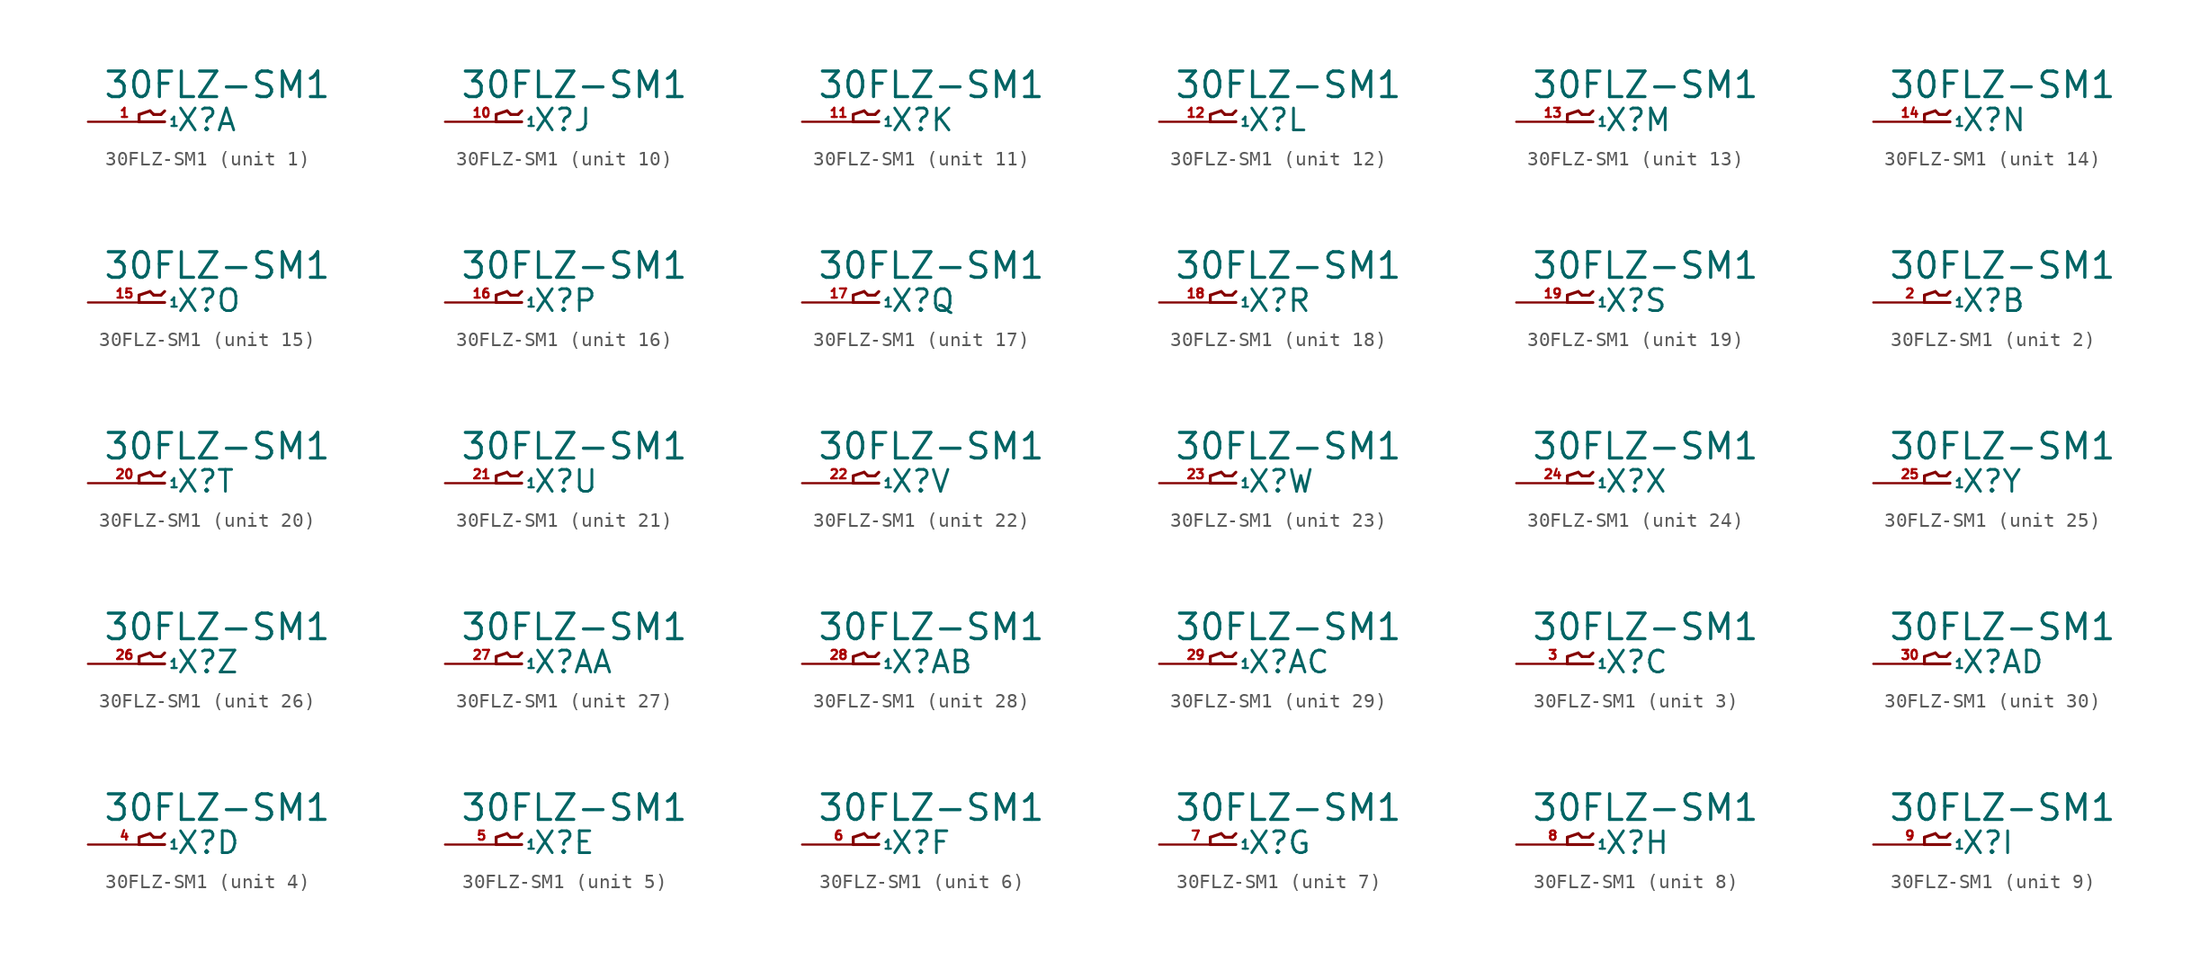
<source format=kicad_sym>
(kicad_symbol_lib
  (version 20220914)
  (generator Eagle2Kicad)
  (symbol "30FLZ-SM1"
    (property "Reference" "X"
      (at 1.016 -0.762 0)
      (effects (font (size 1.524 1.524) (thickness 0.19)) (justify left bottom)))
    (property "Value" "30FLZ-SM1"
      (at -4.064 1.524 0)
      (effects (font (size 1.778 1.778) (thickness 0.22)) (justify left bottom)))
    (symbol "30FLZ-SM1_1_0"
      (polyline (pts (xy 0.254 0) (xy -1.524 0)) (stroke (width 0.203) (type default)) (fill (type none)))
      (polyline (pts (xy -1.524 0) (xy -1.524 0.508)) (stroke (width 0.203) (type default)) (fill (type none)))
      (polyline (pts (xy -1.524 0.508) (xy -0.762 0.762)) (stroke (width 0.203) (type default)) (fill (type none)))
      (polyline (pts (xy -0.762 0.762) (xy -0.508 0.508)) (stroke (width 0.203) (type default)) (fill (type none)))
      (polyline (pts (xy -0.508 0.508) (xy 0 0.508)) (stroke (width 0.203) (type default)) (fill (type none)))
      (polyline (pts (xy 0 0.508) (xy 0.254 0.762)) (stroke (width 0.203) (type default)) (fill (type none)))
      (pin passive line (at -5.08 0 0) (length 5.08) (name "1" (effects (font (size 0.635 0.635) (thickness 0.08)) (justify left bottom))) (number "1" (effects (font (size 0.635 0.635) (thickness 0.08)) (justify left bottom)))))
    (symbol "30FLZ-SM1_2_0"
      (polyline (pts (xy 0.254 0) (xy -1.524 0)) (stroke (width 0.203) (type default)) (fill (type none)))
      (polyline (pts (xy -1.524 0) (xy -1.524 0.508)) (stroke (width 0.203) (type default)) (fill (type none)))
      (polyline (pts (xy -1.524 0.508) (xy -0.762 0.762)) (stroke (width 0.203) (type default)) (fill (type none)))
      (polyline (pts (xy -0.762 0.762) (xy -0.508 0.508)) (stroke (width 0.203) (type default)) (fill (type none)))
      (polyline (pts (xy -0.508 0.508) (xy 0 0.508)) (stroke (width 0.203) (type default)) (fill (type none)))
      (polyline (pts (xy 0 0.508) (xy 0.254 0.762)) (stroke (width 0.203) (type default)) (fill (type none)))
      (pin passive line (at -5.08 0 0) (length 5.08) (name "1" (effects (font (size 0.635 0.635) (thickness 0.08)) (justify left bottom))) (number "2" (effects (font (size 0.635 0.635) (thickness 0.08)) (justify left bottom)))))
    (symbol "30FLZ-SM1_3_0"
      (polyline (pts (xy 0.254 0) (xy -1.524 0)) (stroke (width 0.203) (type default)) (fill (type none)))
      (polyline (pts (xy -1.524 0) (xy -1.524 0.508)) (stroke (width 0.203) (type default)) (fill (type none)))
      (polyline (pts (xy -1.524 0.508) (xy -0.762 0.762)) (stroke (width 0.203) (type default)) (fill (type none)))
      (polyline (pts (xy -0.762 0.762) (xy -0.508 0.508)) (stroke (width 0.203) (type default)) (fill (type none)))
      (polyline (pts (xy -0.508 0.508) (xy 0 0.508)) (stroke (width 0.203) (type default)) (fill (type none)))
      (polyline (pts (xy 0 0.508) (xy 0.254 0.762)) (stroke (width 0.203) (type default)) (fill (type none)))
      (pin passive line (at -5.08 0 0) (length 5.08) (name "1" (effects (font (size 0.635 0.635) (thickness 0.08)) (justify left bottom))) (number "3" (effects (font (size 0.635 0.635) (thickness 0.08)) (justify left bottom)))))
    (symbol "30FLZ-SM1_4_0"
      (polyline (pts (xy 0.254 0) (xy -1.524 0)) (stroke (width 0.203) (type default)) (fill (type none)))
      (polyline (pts (xy -1.524 0) (xy -1.524 0.508)) (stroke (width 0.203) (type default)) (fill (type none)))
      (polyline (pts (xy -1.524 0.508) (xy -0.762 0.762)) (stroke (width 0.203) (type default)) (fill (type none)))
      (polyline (pts (xy -0.762 0.762) (xy -0.508 0.508)) (stroke (width 0.203) (type default)) (fill (type none)))
      (polyline (pts (xy -0.508 0.508) (xy 0 0.508)) (stroke (width 0.203) (type default)) (fill (type none)))
      (polyline (pts (xy 0 0.508) (xy 0.254 0.762)) (stroke (width 0.203) (type default)) (fill (type none)))
      (pin passive line (at -5.08 0 0) (length 5.08) (name "1" (effects (font (size 0.635 0.635) (thickness 0.08)) (justify left bottom))) (number "4" (effects (font (size 0.635 0.635) (thickness 0.08)) (justify left bottom)))))
    (symbol "30FLZ-SM1_5_0"
      (polyline (pts (xy 0.254 0) (xy -1.524 0)) (stroke (width 0.203) (type default)) (fill (type none)))
      (polyline (pts (xy -1.524 0) (xy -1.524 0.508)) (stroke (width 0.203) (type default)) (fill (type none)))
      (polyline (pts (xy -1.524 0.508) (xy -0.762 0.762)) (stroke (width 0.203) (type default)) (fill (type none)))
      (polyline (pts (xy -0.762 0.762) (xy -0.508 0.508)) (stroke (width 0.203) (type default)) (fill (type none)))
      (polyline (pts (xy -0.508 0.508) (xy 0 0.508)) (stroke (width 0.203) (type default)) (fill (type none)))
      (polyline (pts (xy 0 0.508) (xy 0.254 0.762)) (stroke (width 0.203) (type default)) (fill (type none)))
      (pin passive line (at -5.08 0 0) (length 5.08) (name "1" (effects (font (size 0.635 0.635) (thickness 0.08)) (justify left bottom))) (number "5" (effects (font (size 0.635 0.635) (thickness 0.08)) (justify left bottom)))))
    (symbol "30FLZ-SM1_6_0"
      (polyline (pts (xy 0.254 0) (xy -1.524 0)) (stroke (width 0.203) (type default)) (fill (type none)))
      (polyline (pts (xy -1.524 0) (xy -1.524 0.508)) (stroke (width 0.203) (type default)) (fill (type none)))
      (polyline (pts (xy -1.524 0.508) (xy -0.762 0.762)) (stroke (width 0.203) (type default)) (fill (type none)))
      (polyline (pts (xy -0.762 0.762) (xy -0.508 0.508)) (stroke (width 0.203) (type default)) (fill (type none)))
      (polyline (pts (xy -0.508 0.508) (xy 0 0.508)) (stroke (width 0.203) (type default)) (fill (type none)))
      (polyline (pts (xy 0 0.508) (xy 0.254 0.762)) (stroke (width 0.203) (type default)) (fill (type none)))
      (pin passive line (at -5.08 0 0) (length 5.08) (name "1" (effects (font (size 0.635 0.635) (thickness 0.08)) (justify left bottom))) (number "6" (effects (font (size 0.635 0.635) (thickness 0.08)) (justify left bottom)))))
    (symbol "30FLZ-SM1_7_0"
      (polyline (pts (xy 0.254 0) (xy -1.524 0)) (stroke (width 0.203) (type default)) (fill (type none)))
      (polyline (pts (xy -1.524 0) (xy -1.524 0.508)) (stroke (width 0.203) (type default)) (fill (type none)))
      (polyline (pts (xy -1.524 0.508) (xy -0.762 0.762)) (stroke (width 0.203) (type default)) (fill (type none)))
      (polyline (pts (xy -0.762 0.762) (xy -0.508 0.508)) (stroke (width 0.203) (type default)) (fill (type none)))
      (polyline (pts (xy -0.508 0.508) (xy 0 0.508)) (stroke (width 0.203) (type default)) (fill (type none)))
      (polyline (pts (xy 0 0.508) (xy 0.254 0.762)) (stroke (width 0.203) (type default)) (fill (type none)))
      (pin passive line (at -5.08 0 0) (length 5.08) (name "1" (effects (font (size 0.635 0.635) (thickness 0.08)) (justify left bottom))) (number "7" (effects (font (size 0.635 0.635) (thickness 0.08)) (justify left bottom)))))
    (symbol "30FLZ-SM1_8_0"
      (polyline (pts (xy 0.254 0) (xy -1.524 0)) (stroke (width 0.203) (type default)) (fill (type none)))
      (polyline (pts (xy -1.524 0) (xy -1.524 0.508)) (stroke (width 0.203) (type default)) (fill (type none)))
      (polyline (pts (xy -1.524 0.508) (xy -0.762 0.762)) (stroke (width 0.203) (type default)) (fill (type none)))
      (polyline (pts (xy -0.762 0.762) (xy -0.508 0.508)) (stroke (width 0.203) (type default)) (fill (type none)))
      (polyline (pts (xy -0.508 0.508) (xy 0 0.508)) (stroke (width 0.203) (type default)) (fill (type none)))
      (polyline (pts (xy 0 0.508) (xy 0.254 0.762)) (stroke (width 0.203) (type default)) (fill (type none)))
      (pin passive line (at -5.08 0 0) (length 5.08) (name "1" (effects (font (size 0.635 0.635) (thickness 0.08)) (justify left bottom))) (number "8" (effects (font (size 0.635 0.635) (thickness 0.08)) (justify left bottom)))))
    (symbol "30FLZ-SM1_9_0"
      (polyline (pts (xy 0.254 0) (xy -1.524 0)) (stroke (width 0.203) (type default)) (fill (type none)))
      (polyline (pts (xy -1.524 0) (xy -1.524 0.508)) (stroke (width 0.203) (type default)) (fill (type none)))
      (polyline (pts (xy -1.524 0.508) (xy -0.762 0.762)) (stroke (width 0.203) (type default)) (fill (type none)))
      (polyline (pts (xy -0.762 0.762) (xy -0.508 0.508)) (stroke (width 0.203) (type default)) (fill (type none)))
      (polyline (pts (xy -0.508 0.508) (xy 0 0.508)) (stroke (width 0.203) (type default)) (fill (type none)))
      (polyline (pts (xy 0 0.508) (xy 0.254 0.762)) (stroke (width 0.203) (type default)) (fill (type none)))
      (pin passive line (at -5.08 0 0) (length 5.08) (name "1" (effects (font (size 0.635 0.635) (thickness 0.08)) (justify left bottom))) (number "9" (effects (font (size 0.635 0.635) (thickness 0.08)) (justify left bottom)))))
    (symbol "30FLZ-SM1_10_0"
      (polyline (pts (xy 0.254 0) (xy -1.524 0)) (stroke (width 0.203) (type default)) (fill (type none)))
      (polyline (pts (xy -1.524 0) (xy -1.524 0.508)) (stroke (width 0.203) (type default)) (fill (type none)))
      (polyline (pts (xy -1.524 0.508) (xy -0.762 0.762)) (stroke (width 0.203) (type default)) (fill (type none)))
      (polyline (pts (xy -0.762 0.762) (xy -0.508 0.508)) (stroke (width 0.203) (type default)) (fill (type none)))
      (polyline (pts (xy -0.508 0.508) (xy 0 0.508)) (stroke (width 0.203) (type default)) (fill (type none)))
      (polyline (pts (xy 0 0.508) (xy 0.254 0.762)) (stroke (width 0.203) (type default)) (fill (type none)))
      (pin passive line (at -5.08 0 0) (length 5.08) (name "1" (effects (font (size 0.635 0.635) (thickness 0.08)) (justify left bottom))) (number "10" (effects (font (size 0.635 0.635) (thickness 0.08)) (justify left bottom)))))
    (symbol "30FLZ-SM1_11_0"
      (polyline (pts (xy 0.254 0) (xy -1.524 0)) (stroke (width 0.203) (type default)) (fill (type none)))
      (polyline (pts (xy -1.524 0) (xy -1.524 0.508)) (stroke (width 0.203) (type default)) (fill (type none)))
      (polyline (pts (xy -1.524 0.508) (xy -0.762 0.762)) (stroke (width 0.203) (type default)) (fill (type none)))
      (polyline (pts (xy -0.762 0.762) (xy -0.508 0.508)) (stroke (width 0.203) (type default)) (fill (type none)))
      (polyline (pts (xy -0.508 0.508) (xy 0 0.508)) (stroke (width 0.203) (type default)) (fill (type none)))
      (polyline (pts (xy 0 0.508) (xy 0.254 0.762)) (stroke (width 0.203) (type default)) (fill (type none)))
      (pin passive line (at -5.08 0 0) (length 5.08) (name "1" (effects (font (size 0.635 0.635) (thickness 0.08)) (justify left bottom))) (number "11" (effects (font (size 0.635 0.635) (thickness 0.08)) (justify left bottom)))))
    (symbol "30FLZ-SM1_12_0"
      (polyline (pts (xy 0.254 0) (xy -1.524 0)) (stroke (width 0.203) (type default)) (fill (type none)))
      (polyline (pts (xy -1.524 0) (xy -1.524 0.508)) (stroke (width 0.203) (type default)) (fill (type none)))
      (polyline (pts (xy -1.524 0.508) (xy -0.762 0.762)) (stroke (width 0.203) (type default)) (fill (type none)))
      (polyline (pts (xy -0.762 0.762) (xy -0.508 0.508)) (stroke (width 0.203) (type default)) (fill (type none)))
      (polyline (pts (xy -0.508 0.508) (xy 0 0.508)) (stroke (width 0.203) (type default)) (fill (type none)))
      (polyline (pts (xy 0 0.508) (xy 0.254 0.762)) (stroke (width 0.203) (type default)) (fill (type none)))
      (pin passive line (at -5.08 0 0) (length 5.08) (name "1" (effects (font (size 0.635 0.635) (thickness 0.08)) (justify left bottom))) (number "12" (effects (font (size 0.635 0.635) (thickness 0.08)) (justify left bottom)))))
    (symbol "30FLZ-SM1_13_0"
      (polyline (pts (xy 0.254 0) (xy -1.524 0)) (stroke (width 0.203) (type default)) (fill (type none)))
      (polyline (pts (xy -1.524 0) (xy -1.524 0.508)) (stroke (width 0.203) (type default)) (fill (type none)))
      (polyline (pts (xy -1.524 0.508) (xy -0.762 0.762)) (stroke (width 0.203) (type default)) (fill (type none)))
      (polyline (pts (xy -0.762 0.762) (xy -0.508 0.508)) (stroke (width 0.203) (type default)) (fill (type none)))
      (polyline (pts (xy -0.508 0.508) (xy 0 0.508)) (stroke (width 0.203) (type default)) (fill (type none)))
      (polyline (pts (xy 0 0.508) (xy 0.254 0.762)) (stroke (width 0.203) (type default)) (fill (type none)))
      (pin passive line (at -5.08 0 0) (length 5.08) (name "1" (effects (font (size 0.635 0.635) (thickness 0.08)) (justify left bottom))) (number "13" (effects (font (size 0.635 0.635) (thickness 0.08)) (justify left bottom)))))
    (symbol "30FLZ-SM1_14_0"
      (polyline (pts (xy 0.254 0) (xy -1.524 0)) (stroke (width 0.203) (type default)) (fill (type none)))
      (polyline (pts (xy -1.524 0) (xy -1.524 0.508)) (stroke (width 0.203) (type default)) (fill (type none)))
      (polyline (pts (xy -1.524 0.508) (xy -0.762 0.762)) (stroke (width 0.203) (type default)) (fill (type none)))
      (polyline (pts (xy -0.762 0.762) (xy -0.508 0.508)) (stroke (width 0.203) (type default)) (fill (type none)))
      (polyline (pts (xy -0.508 0.508) (xy 0 0.508)) (stroke (width 0.203) (type default)) (fill (type none)))
      (polyline (pts (xy 0 0.508) (xy 0.254 0.762)) (stroke (width 0.203) (type default)) (fill (type none)))
      (pin passive line (at -5.08 0 0) (length 5.08) (name "1" (effects (font (size 0.635 0.635) (thickness 0.08)) (justify left bottom))) (number "14" (effects (font (size 0.635 0.635) (thickness 0.08)) (justify left bottom)))))
    (symbol "30FLZ-SM1_15_0"
      (polyline (pts (xy 0.254 0) (xy -1.524 0)) (stroke (width 0.203) (type default)) (fill (type none)))
      (polyline (pts (xy -1.524 0) (xy -1.524 0.508)) (stroke (width 0.203) (type default)) (fill (type none)))
      (polyline (pts (xy -1.524 0.508) (xy -0.762 0.762)) (stroke (width 0.203) (type default)) (fill (type none)))
      (polyline (pts (xy -0.762 0.762) (xy -0.508 0.508)) (stroke (width 0.203) (type default)) (fill (type none)))
      (polyline (pts (xy -0.508 0.508) (xy 0 0.508)) (stroke (width 0.203) (type default)) (fill (type none)))
      (polyline (pts (xy 0 0.508) (xy 0.254 0.762)) (stroke (width 0.203) (type default)) (fill (type none)))
      (pin passive line (at -5.08 0 0) (length 5.08) (name "1" (effects (font (size 0.635 0.635) (thickness 0.08)) (justify left bottom))) (number "15" (effects (font (size 0.635 0.635) (thickness 0.08)) (justify left bottom)))))
    (symbol "30FLZ-SM1_16_0"
      (polyline (pts (xy 0.254 0) (xy -1.524 0)) (stroke (width 0.203) (type default)) (fill (type none)))
      (polyline (pts (xy -1.524 0) (xy -1.524 0.508)) (stroke (width 0.203) (type default)) (fill (type none)))
      (polyline (pts (xy -1.524 0.508) (xy -0.762 0.762)) (stroke (width 0.203) (type default)) (fill (type none)))
      (polyline (pts (xy -0.762 0.762) (xy -0.508 0.508)) (stroke (width 0.203) (type default)) (fill (type none)))
      (polyline (pts (xy -0.508 0.508) (xy 0 0.508)) (stroke (width 0.203) (type default)) (fill (type none)))
      (polyline (pts (xy 0 0.508) (xy 0.254 0.762)) (stroke (width 0.203) (type default)) (fill (type none)))
      (pin passive line (at -5.08 0 0) (length 5.08) (name "1" (effects (font (size 0.635 0.635) (thickness 0.08)) (justify left bottom))) (number "16" (effects (font (size 0.635 0.635) (thickness 0.08)) (justify left bottom)))))
    (symbol "30FLZ-SM1_17_0"
      (polyline (pts (xy 0.254 0) (xy -1.524 0)) (stroke (width 0.203) (type default)) (fill (type none)))
      (polyline (pts (xy -1.524 0) (xy -1.524 0.508)) (stroke (width 0.203) (type default)) (fill (type none)))
      (polyline (pts (xy -1.524 0.508) (xy -0.762 0.762)) (stroke (width 0.203) (type default)) (fill (type none)))
      (polyline (pts (xy -0.762 0.762) (xy -0.508 0.508)) (stroke (width 0.203) (type default)) (fill (type none)))
      (polyline (pts (xy -0.508 0.508) (xy 0 0.508)) (stroke (width 0.203) (type default)) (fill (type none)))
      (polyline (pts (xy 0 0.508) (xy 0.254 0.762)) (stroke (width 0.203) (type default)) (fill (type none)))
      (pin passive line (at -5.08 0 0) (length 5.08) (name "1" (effects (font (size 0.635 0.635) (thickness 0.08)) (justify left bottom))) (number "17" (effects (font (size 0.635 0.635) (thickness 0.08)) (justify left bottom)))))
    (symbol "30FLZ-SM1_18_0"
      (polyline (pts (xy 0.254 0) (xy -1.524 0)) (stroke (width 0.203) (type default)) (fill (type none)))
      (polyline (pts (xy -1.524 0) (xy -1.524 0.508)) (stroke (width 0.203) (type default)) (fill (type none)))
      (polyline (pts (xy -1.524 0.508) (xy -0.762 0.762)) (stroke (width 0.203) (type default)) (fill (type none)))
      (polyline (pts (xy -0.762 0.762) (xy -0.508 0.508)) (stroke (width 0.203) (type default)) (fill (type none)))
      (polyline (pts (xy -0.508 0.508) (xy 0 0.508)) (stroke (width 0.203) (type default)) (fill (type none)))
      (polyline (pts (xy 0 0.508) (xy 0.254 0.762)) (stroke (width 0.203) (type default)) (fill (type none)))
      (pin passive line (at -5.08 0 0) (length 5.08) (name "1" (effects (font (size 0.635 0.635) (thickness 0.08)) (justify left bottom))) (number "18" (effects (font (size 0.635 0.635) (thickness 0.08)) (justify left bottom)))))
    (symbol "30FLZ-SM1_19_0"
      (polyline (pts (xy 0.254 0) (xy -1.524 0)) (stroke (width 0.203) (type default)) (fill (type none)))
      (polyline (pts (xy -1.524 0) (xy -1.524 0.508)) (stroke (width 0.203) (type default)) (fill (type none)))
      (polyline (pts (xy -1.524 0.508) (xy -0.762 0.762)) (stroke (width 0.203) (type default)) (fill (type none)))
      (polyline (pts (xy -0.762 0.762) (xy -0.508 0.508)) (stroke (width 0.203) (type default)) (fill (type none)))
      (polyline (pts (xy -0.508 0.508) (xy 0 0.508)) (stroke (width 0.203) (type default)) (fill (type none)))
      (polyline (pts (xy 0 0.508) (xy 0.254 0.762)) (stroke (width 0.203) (type default)) (fill (type none)))
      (pin passive line (at -5.08 0 0) (length 5.08) (name "1" (effects (font (size 0.635 0.635) (thickness 0.08)) (justify left bottom))) (number "19" (effects (font (size 0.635 0.635) (thickness 0.08)) (justify left bottom)))))
    (symbol "30FLZ-SM1_20_0"
      (polyline (pts (xy 0.254 0) (xy -1.524 0)) (stroke (width 0.203) (type default)) (fill (type none)))
      (polyline (pts (xy -1.524 0) (xy -1.524 0.508)) (stroke (width 0.203) (type default)) (fill (type none)))
      (polyline (pts (xy -1.524 0.508) (xy -0.762 0.762)) (stroke (width 0.203) (type default)) (fill (type none)))
      (polyline (pts (xy -0.762 0.762) (xy -0.508 0.508)) (stroke (width 0.203) (type default)) (fill (type none)))
      (polyline (pts (xy -0.508 0.508) (xy 0 0.508)) (stroke (width 0.203) (type default)) (fill (type none)))
      (polyline (pts (xy 0 0.508) (xy 0.254 0.762)) (stroke (width 0.203) (type default)) (fill (type none)))
      (pin passive line (at -5.08 0 0) (length 5.08) (name "1" (effects (font (size 0.635 0.635) (thickness 0.08)) (justify left bottom))) (number "20" (effects (font (size 0.635 0.635) (thickness 0.08)) (justify left bottom)))))
    (symbol "30FLZ-SM1_21_0"
      (polyline (pts (xy 0.254 0) (xy -1.524 0)) (stroke (width 0.203) (type default)) (fill (type none)))
      (polyline (pts (xy -1.524 0) (xy -1.524 0.508)) (stroke (width 0.203) (type default)) (fill (type none)))
      (polyline (pts (xy -1.524 0.508) (xy -0.762 0.762)) (stroke (width 0.203) (type default)) (fill (type none)))
      (polyline (pts (xy -0.762 0.762) (xy -0.508 0.508)) (stroke (width 0.203) (type default)) (fill (type none)))
      (polyline (pts (xy -0.508 0.508) (xy 0 0.508)) (stroke (width 0.203) (type default)) (fill (type none)))
      (polyline (pts (xy 0 0.508) (xy 0.254 0.762)) (stroke (width 0.203) (type default)) (fill (type none)))
      (pin passive line (at -5.08 0 0) (length 5.08) (name "1" (effects (font (size 0.635 0.635) (thickness 0.08)) (justify left bottom))) (number "21" (effects (font (size 0.635 0.635) (thickness 0.08)) (justify left bottom)))))
    (symbol "30FLZ-SM1_22_0"
      (polyline (pts (xy 0.254 0) (xy -1.524 0)) (stroke (width 0.203) (type default)) (fill (type none)))
      (polyline (pts (xy -1.524 0) (xy -1.524 0.508)) (stroke (width 0.203) (type default)) (fill (type none)))
      (polyline (pts (xy -1.524 0.508) (xy -0.762 0.762)) (stroke (width 0.203) (type default)) (fill (type none)))
      (polyline (pts (xy -0.762 0.762) (xy -0.508 0.508)) (stroke (width 0.203) (type default)) (fill (type none)))
      (polyline (pts (xy -0.508 0.508) (xy 0 0.508)) (stroke (width 0.203) (type default)) (fill (type none)))
      (polyline (pts (xy 0 0.508) (xy 0.254 0.762)) (stroke (width 0.203) (type default)) (fill (type none)))
      (pin passive line (at -5.08 0 0) (length 5.08) (name "1" (effects (font (size 0.635 0.635) (thickness 0.08)) (justify left bottom))) (number "22" (effects (font (size 0.635 0.635) (thickness 0.08)) (justify left bottom)))))
    (symbol "30FLZ-SM1_23_0"
      (polyline (pts (xy 0.254 0) (xy -1.524 0)) (stroke (width 0.203) (type default)) (fill (type none)))
      (polyline (pts (xy -1.524 0) (xy -1.524 0.508)) (stroke (width 0.203) (type default)) (fill (type none)))
      (polyline (pts (xy -1.524 0.508) (xy -0.762 0.762)) (stroke (width 0.203) (type default)) (fill (type none)))
      (polyline (pts (xy -0.762 0.762) (xy -0.508 0.508)) (stroke (width 0.203) (type default)) (fill (type none)))
      (polyline (pts (xy -0.508 0.508) (xy 0 0.508)) (stroke (width 0.203) (type default)) (fill (type none)))
      (polyline (pts (xy 0 0.508) (xy 0.254 0.762)) (stroke (width 0.203) (type default)) (fill (type none)))
      (pin passive line (at -5.08 0 0) (length 5.08) (name "1" (effects (font (size 0.635 0.635) (thickness 0.08)) (justify left bottom))) (number "23" (effects (font (size 0.635 0.635) (thickness 0.08)) (justify left bottom)))))
    (symbol "30FLZ-SM1_24_0"
      (polyline (pts (xy 0.254 0) (xy -1.524 0)) (stroke (width 0.203) (type default)) (fill (type none)))
      (polyline (pts (xy -1.524 0) (xy -1.524 0.508)) (stroke (width 0.203) (type default)) (fill (type none)))
      (polyline (pts (xy -1.524 0.508) (xy -0.762 0.762)) (stroke (width 0.203) (type default)) (fill (type none)))
      (polyline (pts (xy -0.762 0.762) (xy -0.508 0.508)) (stroke (width 0.203) (type default)) (fill (type none)))
      (polyline (pts (xy -0.508 0.508) (xy 0 0.508)) (stroke (width 0.203) (type default)) (fill (type none)))
      (polyline (pts (xy 0 0.508) (xy 0.254 0.762)) (stroke (width 0.203) (type default)) (fill (type none)))
      (pin passive line (at -5.08 0 0) (length 5.08) (name "1" (effects (font (size 0.635 0.635) (thickness 0.08)) (justify left bottom))) (number "24" (effects (font (size 0.635 0.635) (thickness 0.08)) (justify left bottom)))))
    (symbol "30FLZ-SM1_25_0"
      (polyline (pts (xy 0.254 0) (xy -1.524 0)) (stroke (width 0.203) (type default)) (fill (type none)))
      (polyline (pts (xy -1.524 0) (xy -1.524 0.508)) (stroke (width 0.203) (type default)) (fill (type none)))
      (polyline (pts (xy -1.524 0.508) (xy -0.762 0.762)) (stroke (width 0.203) (type default)) (fill (type none)))
      (polyline (pts (xy -0.762 0.762) (xy -0.508 0.508)) (stroke (width 0.203) (type default)) (fill (type none)))
      (polyline (pts (xy -0.508 0.508) (xy 0 0.508)) (stroke (width 0.203) (type default)) (fill (type none)))
      (polyline (pts (xy 0 0.508) (xy 0.254 0.762)) (stroke (width 0.203) (type default)) (fill (type none)))
      (pin passive line (at -5.08 0 0) (length 5.08) (name "1" (effects (font (size 0.635 0.635) (thickness 0.08)) (justify left bottom))) (number "25" (effects (font (size 0.635 0.635) (thickness 0.08)) (justify left bottom)))))
    (symbol "30FLZ-SM1_26_0"
      (polyline (pts (xy 0.254 0) (xy -1.524 0)) (stroke (width 0.203) (type default)) (fill (type none)))
      (polyline (pts (xy -1.524 0) (xy -1.524 0.508)) (stroke (width 0.203) (type default)) (fill (type none)))
      (polyline (pts (xy -1.524 0.508) (xy -0.762 0.762)) (stroke (width 0.203) (type default)) (fill (type none)))
      (polyline (pts (xy -0.762 0.762) (xy -0.508 0.508)) (stroke (width 0.203) (type default)) (fill (type none)))
      (polyline (pts (xy -0.508 0.508) (xy 0 0.508)) (stroke (width 0.203) (type default)) (fill (type none)))
      (polyline (pts (xy 0 0.508) (xy 0.254 0.762)) (stroke (width 0.203) (type default)) (fill (type none)))
      (pin passive line (at -5.08 0 0) (length 5.08) (name "1" (effects (font (size 0.635 0.635) (thickness 0.08)) (justify left bottom))) (number "26" (effects (font (size 0.635 0.635) (thickness 0.08)) (justify left bottom)))))
    (symbol "30FLZ-SM1_27_0"
      (polyline (pts (xy 0.254 0) (xy -1.524 0)) (stroke (width 0.203) (type default)) (fill (type none)))
      (polyline (pts (xy -1.524 0) (xy -1.524 0.508)) (stroke (width 0.203) (type default)) (fill (type none)))
      (polyline (pts (xy -1.524 0.508) (xy -0.762 0.762)) (stroke (width 0.203) (type default)) (fill (type none)))
      (polyline (pts (xy -0.762 0.762) (xy -0.508 0.508)) (stroke (width 0.203) (type default)) (fill (type none)))
      (polyline (pts (xy -0.508 0.508) (xy 0 0.508)) (stroke (width 0.203) (type default)) (fill (type none)))
      (polyline (pts (xy 0 0.508) (xy 0.254 0.762)) (stroke (width 0.203) (type default)) (fill (type none)))
      (pin passive line (at -5.08 0 0) (length 5.08) (name "1" (effects (font (size 0.635 0.635) (thickness 0.08)) (justify left bottom))) (number "27" (effects (font (size 0.635 0.635) (thickness 0.08)) (justify left bottom)))))
    (symbol "30FLZ-SM1_28_0"
      (polyline (pts (xy 0.254 0) (xy -1.524 0)) (stroke (width 0.203) (type default)) (fill (type none)))
      (polyline (pts (xy -1.524 0) (xy -1.524 0.508)) (stroke (width 0.203) (type default)) (fill (type none)))
      (polyline (pts (xy -1.524 0.508) (xy -0.762 0.762)) (stroke (width 0.203) (type default)) (fill (type none)))
      (polyline (pts (xy -0.762 0.762) (xy -0.508 0.508)) (stroke (width 0.203) (type default)) (fill (type none)))
      (polyline (pts (xy -0.508 0.508) (xy 0 0.508)) (stroke (width 0.203) (type default)) (fill (type none)))
      (polyline (pts (xy 0 0.508) (xy 0.254 0.762)) (stroke (width 0.203) (type default)) (fill (type none)))
      (pin passive line (at -5.08 0 0) (length 5.08) (name "1" (effects (font (size 0.635 0.635) (thickness 0.08)) (justify left bottom))) (number "28" (effects (font (size 0.635 0.635) (thickness 0.08)) (justify left bottom)))))
    (symbol "30FLZ-SM1_29_0"
      (polyline (pts (xy 0.254 0) (xy -1.524 0)) (stroke (width 0.203) (type default)) (fill (type none)))
      (polyline (pts (xy -1.524 0) (xy -1.524 0.508)) (stroke (width 0.203) (type default)) (fill (type none)))
      (polyline (pts (xy -1.524 0.508) (xy -0.762 0.762)) (stroke (width 0.203) (type default)) (fill (type none)))
      (polyline (pts (xy -0.762 0.762) (xy -0.508 0.508)) (stroke (width 0.203) (type default)) (fill (type none)))
      (polyline (pts (xy -0.508 0.508) (xy 0 0.508)) (stroke (width 0.203) (type default)) (fill (type none)))
      (polyline (pts (xy 0 0.508) (xy 0.254 0.762)) (stroke (width 0.203) (type default)) (fill (type none)))
      (pin passive line (at -5.08 0 0) (length 5.08) (name "1" (effects (font (size 0.635 0.635) (thickness 0.08)) (justify left bottom))) (number "29" (effects (font (size 0.635 0.635) (thickness 0.08)) (justify left bottom)))))
    (symbol "30FLZ-SM1_30_0"
      (polyline (pts (xy 0.254 0) (xy -1.524 0)) (stroke (width 0.203) (type default)) (fill (type none)))
      (polyline (pts (xy -1.524 0) (xy -1.524 0.508)) (stroke (width 0.203) (type default)) (fill (type none)))
      (polyline (pts (xy -1.524 0.508) (xy -0.762 0.762)) (stroke (width 0.203) (type default)) (fill (type none)))
      (polyline (pts (xy -0.762 0.762) (xy -0.508 0.508)) (stroke (width 0.203) (type default)) (fill (type none)))
      (polyline (pts (xy -0.508 0.508) (xy 0 0.508)) (stroke (width 0.203) (type default)) (fill (type none)))
      (polyline (pts (xy 0 0.508) (xy 0.254 0.762)) (stroke (width 0.203) (type default)) (fill (type none)))
      (pin passive line (at -5.08 0 0) (length 5.08) (name "1" (effects (font (size 0.635 0.635) (thickness 0.08)) (justify left bottom))) (number "30" (effects (font (size 0.635 0.635) (thickness 0.08)) (justify left bottom)))))))
</source>
